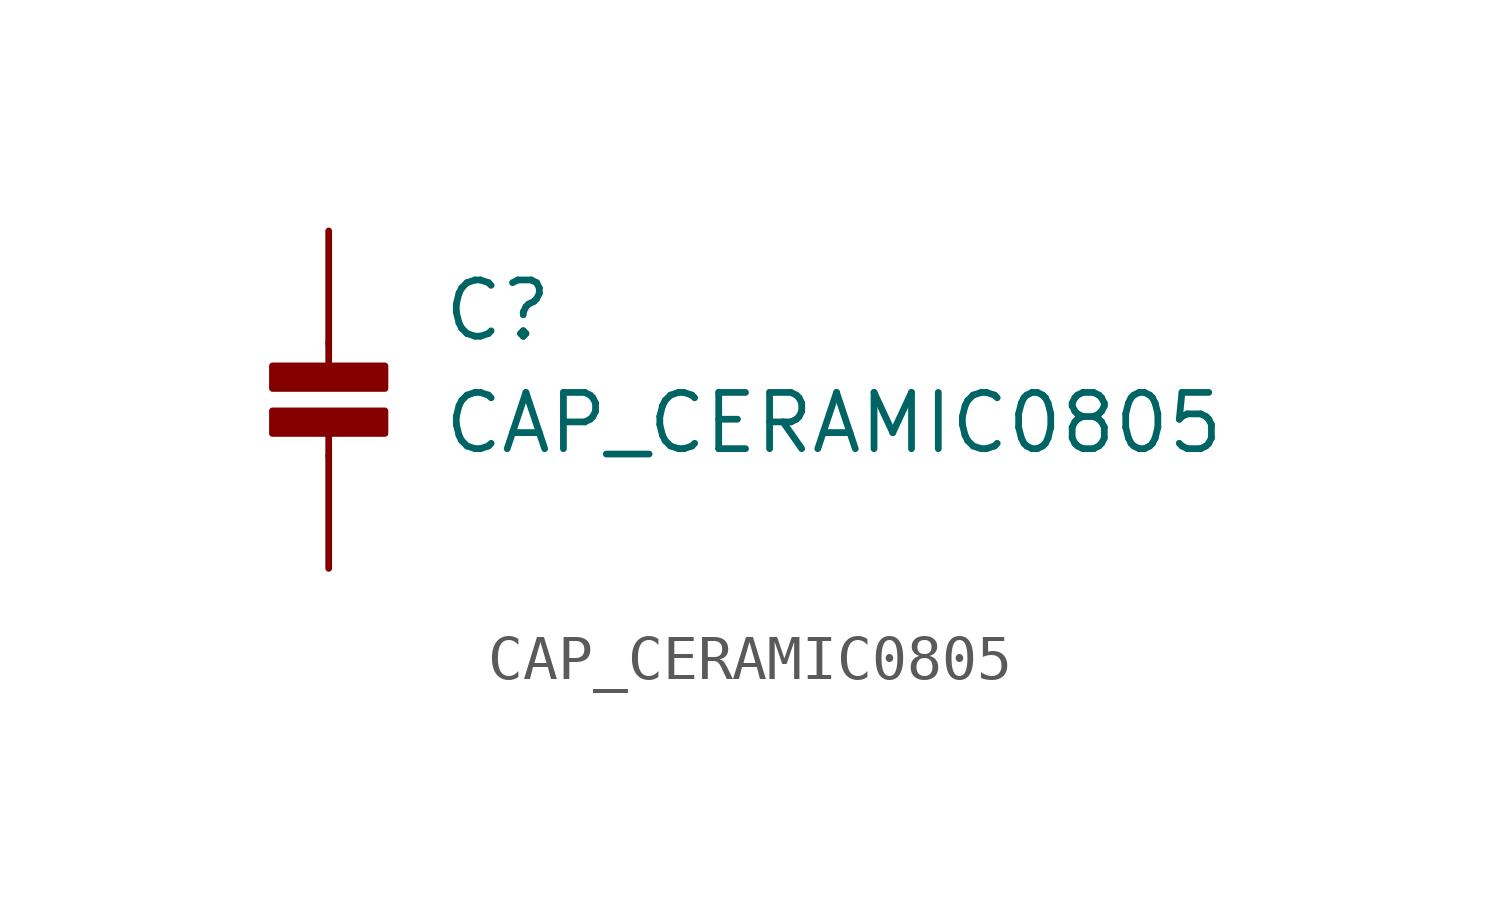
<source format=kicad_sym>
(kicad_symbol_lib
  (version 20220331)
  (generator kicad_symbol_editor)
  (symbol "CAP_CERAMIC0805"
    (property "Reference" "C"
      (at 2.54 2.54 0)
      (effects (font (size 1.27 1.27)) (justify left bottom)))
    (property "Value" "CAP_CERAMIC0805"
      (at 2.54 0 0)
      (effects (font (size 1.27 1.27)) (justify left bottom)))
    (property "ki_locked" ""
      (at 0 0 0)
      (effects (font (size 1.27 1.27))))
    (symbol "CAP_CERAMIC0805_1_0"
      (rectangle (start -1.27 0.508) (end 1.27 1.016) (stroke (width 0) (type default)) (fill (type outline)))
      (rectangle (start -1.27 1.524) (end 1.27 2.032) (stroke (width 0) (type default)) (fill (type outline)))
      (polyline (pts (xy 0 0.762) (xy 0 0)) (stroke (width 0.152) (type solid)) (fill (type none)))
      (polyline (pts (xy 0 2.54) (xy 0 1.778)) (stroke (width 0.152) (type solid)) (fill (type none)))
      (pin passive line (at 0 5.08 270) (length 2.54) (name "P$1" (effects (font (size 0 0)))) (number "1" (effects (font (size 0 0)))))
      (pin passive line (at 0 -2.54 90) (length 2.54) (name "P$2" (effects (font (size 0 0)))) (number "2" (effects (font (size 0 0))))))))
</source>
